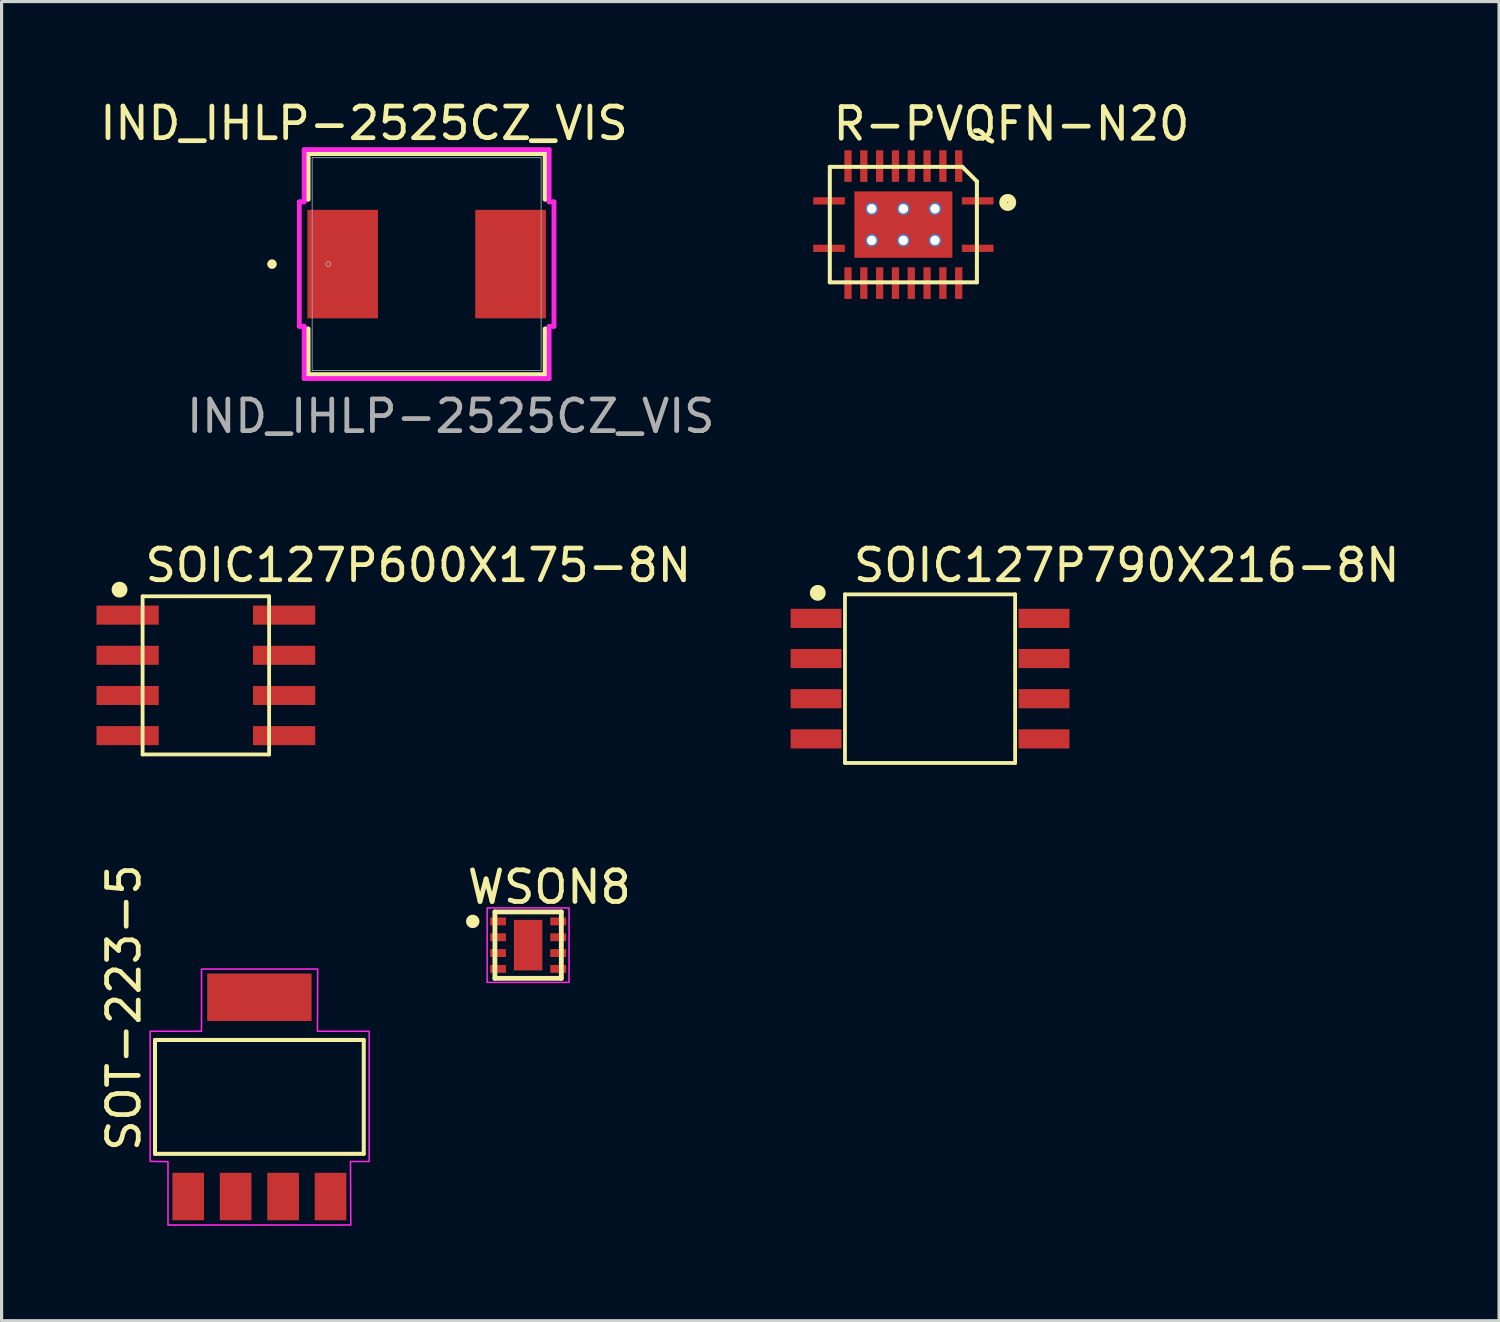
<source format=kicad_pcb>
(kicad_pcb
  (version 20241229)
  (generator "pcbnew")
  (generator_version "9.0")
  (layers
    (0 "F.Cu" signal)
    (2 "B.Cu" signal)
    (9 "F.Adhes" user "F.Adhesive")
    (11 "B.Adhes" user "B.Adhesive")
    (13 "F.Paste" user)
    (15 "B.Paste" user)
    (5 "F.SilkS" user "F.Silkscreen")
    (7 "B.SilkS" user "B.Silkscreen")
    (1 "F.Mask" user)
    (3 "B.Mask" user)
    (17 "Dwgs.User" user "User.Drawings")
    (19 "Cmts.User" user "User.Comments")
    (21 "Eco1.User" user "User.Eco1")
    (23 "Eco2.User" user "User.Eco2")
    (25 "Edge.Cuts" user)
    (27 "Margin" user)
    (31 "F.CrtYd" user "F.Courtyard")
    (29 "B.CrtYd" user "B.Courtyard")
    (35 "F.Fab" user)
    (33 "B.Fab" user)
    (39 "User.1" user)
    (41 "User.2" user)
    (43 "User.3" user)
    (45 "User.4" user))
  (footprint "SOIC127P790X216-8N"
    (layer "F.Cu")
    (at 26.353 18.405)
    (property "Reference" "SOIC127P790X216-8N" (at -2.5 -2.998 0) (unlocked yes) (layer "F.SilkS") (effects (font (size 1 1) (thickness 0.15)) (justify left bottom)))
    (fp_line (start -2.69 -2.665) (end 2.69 -2.665) (stroke (width 0.12) (type solid)) (layer "F.SilkS"))
    (fp_line (start -2.69 2.665) (end -2.69 -2.665) (stroke (width 0.12) (type solid)) (layer "F.SilkS"))
    (fp_line (start -2.69 2.665) (end 2.69 2.665) (stroke (width 0.12) (type solid)) (layer "F.SilkS"))
    (fp_line (start 2.69 -2.665) (end 2.69 2.665) (stroke (width 0.12) (type solid)) (layer "F.SilkS"))
    (fp_circle (center -3.549 -2.712) (end -3.424 -2.712) (stroke (width 0.25) (type solid)) (fill yes) (layer "F.SilkS"))
    (pad "1" smd rect (at -3.603 -1.905) (size 1.609 0.607) (layers "F.Cu" "F.Mask" "F.Paste"))
    (pad "2" smd rect (at -3.603 -0.635) (size 1.609 0.607) (layers "F.Cu" "F.Mask" "F.Paste"))
    (pad "3" smd rect (at -3.603 0.635) (size 1.609 0.607) (layers "F.Cu" "F.Mask" "F.Paste"))
    (pad "4" smd rect (at -3.603 1.905) (size 1.609 0.607) (layers "F.Cu" "F.Mask" "F.Paste"))
    (pad "5" smd rect (at 3.603 1.905) (size 1.609 0.607) (layers "F.Cu" "F.Mask" "F.Paste"))
    (pad "6" smd rect (at 3.603 0.635) (size 1.609 0.607) (layers "F.Cu" "F.Mask" "F.Paste"))
    (pad "7" smd rect (at 3.603 -0.635) (size 1.609 0.607) (layers "F.Cu" "F.Mask" "F.Paste"))
    (pad "8" smd rect (at 3.603 -1.905) (size 1.609 0.607) (layers "F.Cu" "F.Mask" "F.Paste")))
  (footprint "SOT-223-5"
    (layer "F.Cu")
    (at 5.15 31.628)
    (property "Reference" "SOT-223-5" (at -3.7 1.8 90) (unlocked yes) (layer "F.SilkS") (effects (font (size 1 1) (thickness 0.15)) (justify left bottom)))
    (fp_line (start -3.3 -1.8) (end 3.3 -1.8) (stroke (width 0.127) (type solid)) (layer "F.SilkS"))
    (fp_line (start -3.3 1.8) (end -3.3 -1.8) (stroke (width 0.127) (type solid)) (layer "F.SilkS"))
    (fp_line (start 3.3 -1.8) (end 3.3 1.8) (stroke (width 0.127) (type solid)) (layer "F.SilkS"))
    (fp_line (start 3.3 1.8) (end -3.3 1.8) (stroke (width 0.127) (type solid)) (layer "F.SilkS"))
    (fp_poly (pts (xy -3.453 2.038) (xy -3.453 -2.076) (xy -1.83 -2.076) (xy -1.83 -4.041) (xy 1.843 -4.041) (xy 1.836 -2.076) (xy 3.471 -2.076) (xy 3.471 2.042) (xy 2.88 2.042) (xy 2.889 4.05) (xy -2.889 4.05) (xy -2.889 2.047)) (stroke (width 0.05) (type solid)) (fill no) (layer "F.CrtYd"))
    (pad "1" smd rect (at -2.25 3.15 90) (size 1.5 1) (layers "F.Cu" "F.Mask" "F.Paste"))
    (pad "2" smd rect (at -0.75 3.15 90) (size 1.5 1) (layers "F.Cu" "F.Mask" "F.Paste"))
    (pad "3" smd rect (at 0.75 3.15 90) (size 1.5 1) (layers "F.Cu" "F.Mask" "F.Paste"))
    (pad "4" smd rect (at 2.25 3.15 90) (size 1.5 1) (layers "F.Cu" "F.Mask" "F.Paste"))
    (pad "5" smd rect (at 0 -3.15 90) (size 1.5 3.3) (layers "F.Cu" "F.Mask" "F.Paste")))
  (footprint "SOIC127P600X175-8N"
    (layer "F.Cu")
    (at 3.458 18.302)
    (property "Reference" "SOIC127P600X175-8N" (at -2 -2.895 0) (unlocked yes) (layer "F.SilkS") (effects (font (size 1 1) (thickness 0.15)) (justify left bottom)))
    (fp_line (start -2 -2.5) (end 2 -2.5) (stroke (width 0.12) (type solid)) (layer "F.SilkS"))
    (fp_line (start -2 2.5) (end -2 -2.5) (stroke (width 0.12) (type solid)) (layer "F.SilkS"))
    (fp_line (start -2 2.5) (end 2 2.5) (stroke (width 0.12) (type solid)) (layer "F.SilkS"))
    (fp_line (start 2 -2.5) (end 2 2.5) (stroke (width 0.12) (type solid)) (layer "F.SilkS"))
    (fp_circle (center -2.729 -2.71) (end -2.604 -2.71) (stroke (width 0.25) (type solid)) (fill yes) (layer "F.SilkS"))
    (pad "1" smd rect (at -2.473 -1.905) (size 1.968 0.602) (layers "F.Cu" "F.Mask" "F.Paste"))
    (pad "2" smd rect (at -2.473 -0.635) (size 1.968 0.602) (layers "F.Cu" "F.Mask" "F.Paste"))
    (pad "3" smd rect (at -2.473 0.635) (size 1.968 0.602) (layers "F.Cu" "F.Mask" "F.Paste"))
    (pad "4" smd rect (at -2.473 1.905) (size 1.968 0.602) (layers "F.Cu" "F.Mask" "F.Paste"))
    (pad "5" smd rect (at 2.473 1.905) (size 1.968 0.602) (layers "F.Cu" "F.Mask" "F.Paste"))
    (pad "6" smd rect (at 2.473 0.635) (size 1.968 0.602) (layers "F.Cu" "F.Mask" "F.Paste"))
    (pad "7" smd rect (at 2.473 -0.635) (size 1.968 0.602) (layers "F.Cu" "F.Mask" "F.Paste"))
    (pad "8" smd rect (at 2.473 -1.905) (size 1.968 0.602) (layers "F.Cu" "F.Mask" "F.Paste")))
  (footprint "IND_IHLP-2525CZ_VIS"
    (layer "F.Cu")
    (at 10.438 5.299)
    (property "Reference" "IND_IHLP-2525CZ_VIS" (at -1.98 -4.451 0) (unlocked yes) (layer "F.SilkS") (effects (font (size 1 1) (thickness 0.15))))
    (attr smd)
    (fp_line (start -3.747 -3.493) (end -3.747 -2.047) (stroke (width 0.152) (type solid)) (layer "F.SilkS"))
    (fp_line (start -3.747 2.047) (end -3.747 3.493) (stroke (width 0.152) (type solid)) (layer "F.SilkS"))
    (fp_line (start -3.747 3.493) (end 3.747 3.493) (stroke (width 0.152) (type solid)) (layer "F.SilkS"))
    (fp_line (start 3.747 -3.493) (end -3.747 -3.493) (stroke (width 0.152) (type solid)) (layer "F.SilkS"))
    (fp_line (start 3.747 -2.047) (end 3.747 -3.493) (stroke (width 0.152) (type solid)) (layer "F.SilkS"))
    (fp_line (start 3.747 3.493) (end 3.747 2.047) (stroke (width 0.152) (type solid)) (layer "F.SilkS"))
    (fp_circle (center -4.889 0) (end -4.813 0) (stroke (width 0.152) (type solid)) (fill no) (layer "F.SilkS"))
    (fp_line (start -4.026 -1.968) (end -3.873 -1.968) (stroke (width 0.152) (type solid)) (layer "F.CrtYd"))
    (fp_line (start -4.026 1.968) (end -4.026 -1.968) (stroke (width 0.152) (type solid)) (layer "F.CrtYd"))
    (fp_line (start -3.873 -3.619) (end 3.873 -3.619) (stroke (width 0.152) (type solid)) (layer "F.CrtYd"))
    (fp_line (start -3.873 -1.968) (end -3.873 -3.619) (stroke (width 0.152) (type solid)) (layer "F.CrtYd"))
    (fp_line (start -3.873 1.968) (end -4.026 1.968) (stroke (width 0.152) (type solid)) (layer "F.CrtYd"))
    (fp_line (start -3.873 3.619) (end -3.873 1.968) (stroke (width 0.152) (type solid)) (layer "F.CrtYd"))
    (fp_line (start 3.873 -3.619) (end 3.873 -1.968) (stroke (width 0.152) (type solid)) (layer "F.CrtYd"))
    (fp_line (start 3.873 -1.968) (end 4.026 -1.968) (stroke (width 0.152) (type solid)) (layer "F.CrtYd"))
    (fp_line (start 3.873 1.968) (end 3.873 3.619) (stroke (width 0.152) (type solid)) (layer "F.CrtYd"))
    (fp_line (start 3.873 3.619) (end -3.873 3.619) (stroke (width 0.152) (type solid)) (layer "F.CrtYd"))
    (fp_line (start 4.026 -1.968) (end 4.026 1.968) (stroke (width 0.152) (type solid)) (layer "F.CrtYd"))
    (fp_line (start 4.026 1.968) (end 3.873 1.968) (stroke (width 0.152) (type solid)) (layer "F.CrtYd"))
    (fp_line (start -3.619 -3.365) (end -3.619 3.365) (stroke (width 0.025) (type solid)) (layer "F.Fab"))
    (fp_line (start -3.619 3.365) (end 3.619 3.365) (stroke (width 0.025) (type solid)) (layer "F.Fab"))
    (fp_line (start 3.619 -3.365) (end -3.619 -3.365) (stroke (width 0.025) (type solid)) (layer "F.Fab"))
    (fp_line (start 3.619 3.365) (end 3.619 -3.365) (stroke (width 0.025) (type solid)) (layer "F.Fab"))
    (fp_circle (center -3.111 0) (end -3.035 0) (stroke (width 0.025) (type solid)) (fill no) (layer "F.Fab"))
    (fp_text user "${REFERENCE}" (at 0.762 4.81 0) (unlocked yes) (layer "F.Fab") (effects (font (size 1 1) (thickness 0.15))))
    (pad "1" smd rect (at -2.654 0 90) (size 3.429 2.235) (layers "F.Cu" "F.Mask" "F.Paste"))
    (pad "2" smd rect (at 2.654 0 90) (size 3.429 2.235) (layers "F.Cu" "F.Mask" "F.Paste")))
  (footprint "WSON8"
    (layer "F.Cu")
    (at 13.646 26.83)
    (property "Reference" "WSON8" (at -2 -1.25 0) (unlocked yes) (layer "F.SilkS") (effects (font (size 1 1) (thickness 0.15)) (justify left bottom)))
    (fp_line (start -1.05 -1.05) (end 1.05 -1.05) (stroke (width 0.152) (type solid)) (layer "F.SilkS"))
    (fp_line (start -1.05 1.05) (end -1.05 -1.05) (stroke (width 0.152) (type solid)) (layer "F.SilkS"))
    (fp_line (start 1.05 -1.05) (end 1.05 1.05) (stroke (width 0.152) (type solid)) (layer "F.SilkS"))
    (fp_line (start 1.05 1.05) (end -1.05 1.05) (stroke (width 0.152) (type solid)) (layer "F.SilkS"))
    (fp_circle (center -1.75 -0.75) (end -1.614 -0.75) (stroke (width 0.152) (type solid)) (fill yes) (layer "F.SilkS"))
    (fp_poly (pts (xy -0.41 -0.06) (xy 0.42 -0.06) (xy 0.42 -0.77) (xy -0.41 -0.77)) (stroke (width 0) (type default)) (fill yes) (layer "F.Paste"))
    (fp_poly (pts (xy -0.41 0.77) (xy 0.42 0.77) (xy 0.42 0.06) (xy -0.41 0.06)) (stroke (width 0) (type default)) (fill yes) (layer "F.Paste"))
    (fp_rect (start -1.295 -1.177) (end 1.294 1.177) (stroke (width 0.05) (type default)) (fill no) (layer "F.CrtYd"))
    (pad "1" smd rect (at -0.95 -0.75) (size 0.5 0.25) (layers "F.Cu" "F.Mask" "F.Paste"))
    (pad "2" smd rect (at -0.95 -0.25) (size 0.5 0.25) (layers "F.Cu" "F.Mask" "F.Paste"))
    (pad "3" smd rect (at -0.95 0.25) (size 0.5 0.25) (layers "F.Cu" "F.Mask" "F.Paste"))
    (pad "4" smd rect (at -0.95 0.75) (size 0.5 0.25) (layers "F.Cu" "F.Mask" "F.Paste"))
    (pad "5" smd rect (at 0.95 0.75) (size 0.5 0.25) (layers "F.Cu" "F.Mask" "F.Paste"))
    (pad "6" smd rect (at 0.95 0.25) (size 0.5 0.25) (layers "F.Cu" "F.Mask" "F.Paste"))
    (pad "7" smd rect (at 0.95 -0.25) (size 0.5 0.25) (layers "F.Cu" "F.Mask" "F.Paste"))
    (pad "8" smd rect (at 0.95 -0.75) (size 0.5 0.25) (layers "F.Cu" "F.Mask" "F.Paste"))
    (pad "PP" smd rect (at 0 0) (size 0.9 1.6) (layers "F.Cu" "F.Mask")))
  (footprint "R-PVQFN-N20"
    (layer "F.Cu")
    (at 25.509 4.05)
    (property "Reference" "R-PVQFN-N20" (at -2.3 -2.6 0) (unlocked yes) (layer "F.SilkS") (effects (font (size 1 1) (thickness 0.15)) (justify left bottom)))
    (fp_line (start -2.325 -1.825) (end 1.865 -1.825) (stroke (width 0.127) (type solid)) (layer "F.SilkS"))
    (fp_line (start -2.325 1.825) (end -2.325 -1.825) (stroke (width 0.127) (type solid)) (layer "F.SilkS"))
    (fp_line (start 1.865 -1.825) (end 2.325 -1.365) (stroke (width 0.127) (type solid)) (layer "F.SilkS"))
    (fp_line (start 2.325 -1.365) (end 2.325 1.825) (stroke (width 0.127) (type solid)) (layer "F.SilkS"))
    (fp_line (start 2.325 1.825) (end -2.325 1.825) (stroke (width 0.127) (type solid)) (layer "F.SilkS"))
    (fp_circle (center 3.3 -0.7) (end 3.441 -0.7) (stroke (width 0.254) (type solid)) (fill no) (layer "F.SilkS"))
    (fp_poly (pts (xy -1.4 -0.1) (xy -0.1 -0.1) (xy -0.1 -0.9) (xy -1.4 -0.9)) (stroke (width 0) (type default)) (fill yes) (layer "F.Paste"))
    (fp_poly (pts (xy -1.4 0.9) (xy -0.1 0.9) (xy -0.1 0.1) (xy -1.4 0.1)) (stroke (width 0) (type default)) (fill yes) (layer "F.Paste"))
    (fp_poly (pts (xy 0.1 -0.1) (xy 1.4 -0.1) (xy 1.4 -0.9) (xy 0.1 -0.9)) (stroke (width 0) (type default)) (fill yes) (layer "F.Paste"))
    (fp_poly (pts (xy 0.1 0.9) (xy 1.4 0.9) (xy 1.4 0.1) (xy 0.1 0.1)) (stroke (width 0) (type default)) (fill yes) (layer "F.Paste"))
    (pad "P$1" smd rect (at 2.35 -0.75 180) (size 1 0.23) (layers "F.Cu" "F.Mask" "F.Paste"))
    (pad "P$2" smd rect (at 1.75 -1.85 270) (size 1 0.23) (layers "F.Cu" "F.Mask" "F.Paste"))
    (pad "P$3" smd rect (at 1.25 -1.85 270) (size 1 0.23) (layers "F.Cu" "F.Mask" "F.Paste"))
    (pad "P$4" smd rect (at 0.75 -1.85 270) (size 1 0.23) (layers "F.Cu" "F.Mask" "F.Paste"))
    (pad "P$5" smd rect (at 0.25 -1.85 270) (size 1 0.23) (layers "F.Cu" "F.Mask" "F.Paste"))
    (pad "P$6" smd rect (at -0.25 -1.85 270) (size 1 0.23) (layers "F.Cu" "F.Mask" "F.Paste"))
    (pad "P$7" smd rect (at -0.75 -1.85 270) (size 1 0.23) (layers "F.Cu" "F.Mask" "F.Paste"))
    (pad "P$8" smd rect (at -1.25 -1.85 270) (size 1 0.23) (layers "F.Cu" "F.Mask" "F.Paste"))
    (pad "P$9" smd rect (at -1.75 -1.85 270) (size 1 0.23) (layers "F.Cu" "F.Mask" "F.Paste"))
    (pad "P$10" smd rect (at -2.35 -0.75) (size 1 0.23) (layers "F.Cu" "F.Mask" "F.Paste"))
    (pad "P$11" smd rect (at -2.35 0.75) (size 1 0.23) (layers "F.Cu" "F.Mask" "F.Paste"))
    (pad "P$12" smd rect (at -1.75 1.85 90) (size 1 0.23) (layers "F.Cu" "F.Mask" "F.Paste"))
    (pad "P$13" smd rect (at -1.25 1.85 90) (size 1 0.23) (layers "F.Cu" "F.Mask" "F.Paste"))
    (pad "P$14" smd rect (at -0.75 1.85 90) (size 1 0.23) (layers "F.Cu" "F.Mask" "F.Paste"))
    (pad "P$15" smd rect (at -0.25 1.85 90) (size 1 0.23) (layers "F.Cu" "F.Mask" "F.Paste"))
    (pad "P$16" smd rect (at 0.25 1.85 90) (size 1 0.23) (layers "F.Cu" "F.Mask" "F.Paste"))
    (pad "P$17" smd rect (at 0.75 1.85 90) (size 1 0.23) (layers "F.Cu" "F.Mask" "F.Paste"))
    (pad "P$18" smd rect (at 1.25 1.85 90) (size 1 0.23) (layers "F.Cu" "F.Mask" "F.Paste"))
    (pad "P$19" smd rect (at 1.75 1.85 90) (size 1 0.23) (layers "F.Cu" "F.Mask" "F.Paste"))
    (pad "P$20" smd rect (at 2.35 0.75 180) (size 1 0.23) (layers "F.Cu" "F.Mask" "F.Paste"))
    (pad "P$21" smd rect (at 0 0 270) (size 2.1 3.1) (layers "F.Cu" "F.Mask"))
    (pad "P$22" thru_hole circle (at -1 -0.5) (size 0.406 0.406) (drill 0.3) (layers "*.Cu" "*.Mask"))
    (pad "P$23" thru_hole circle (at 0 -0.5) (size 0.406 0.406) (drill 0.3) (layers "*.Cu" "*.Mask"))
    (pad "P$24" thru_hole circle (at 1 -0.5) (size 0.406 0.406) (drill 0.3) (layers "*.Cu" "*.Mask"))
    (pad "P$25" thru_hole circle (at 1 0.5) (size 0.406 0.406) (drill 0.3) (layers "*.Cu" "*.Mask"))
    (pad "P$26" thru_hole circle (at 0 0.5) (size 0.406 0.406) (drill 0.3) (layers "*.Cu" "*.Mask"))
    (pad "P$27" thru_hole circle (at -1 0.5) (size 0.406 0.406) (drill 0.3) (layers "*.Cu" "*.Mask")))
  (gr_rect
    (start -3 -3)
    (end 44.342 38.703)
    (stroke (width 0.1) (type default))
    (fill no)
    (layer "Edge.Cuts")))
</source>
